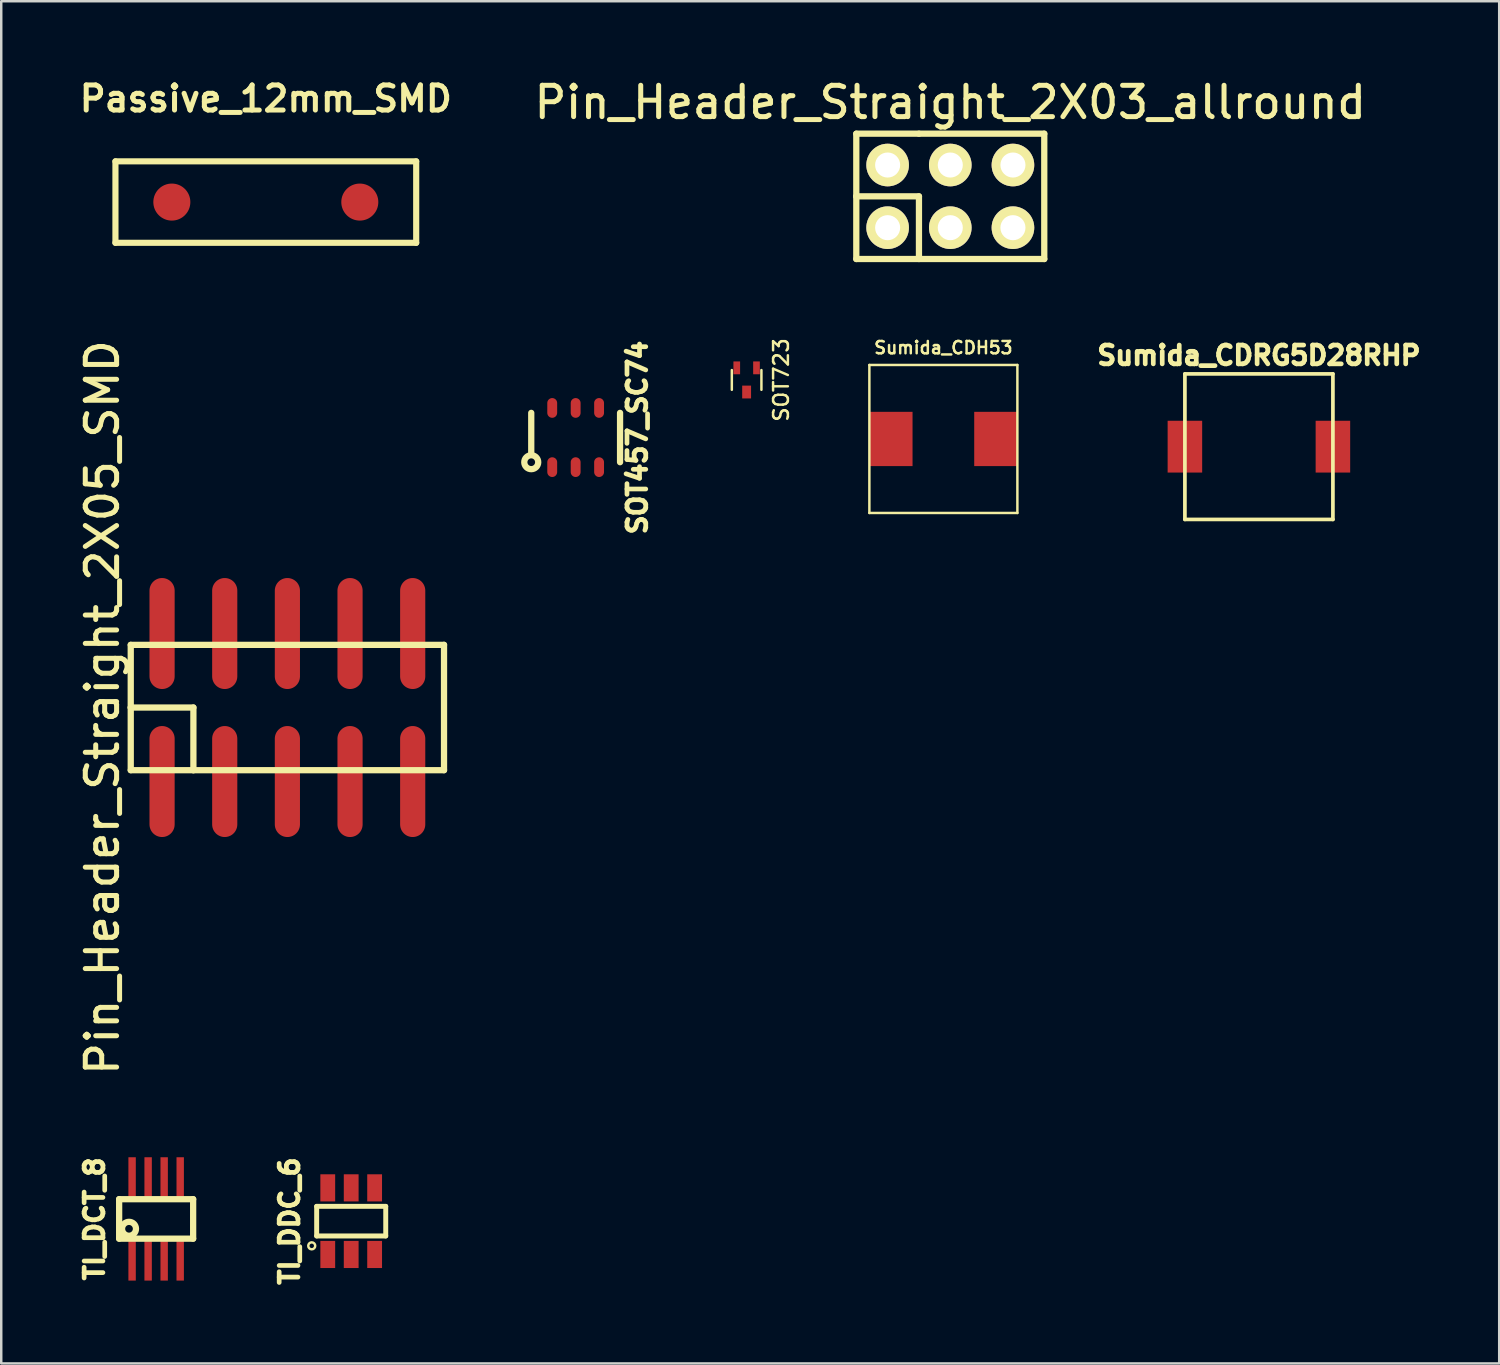
<source format=kicad_pcb>
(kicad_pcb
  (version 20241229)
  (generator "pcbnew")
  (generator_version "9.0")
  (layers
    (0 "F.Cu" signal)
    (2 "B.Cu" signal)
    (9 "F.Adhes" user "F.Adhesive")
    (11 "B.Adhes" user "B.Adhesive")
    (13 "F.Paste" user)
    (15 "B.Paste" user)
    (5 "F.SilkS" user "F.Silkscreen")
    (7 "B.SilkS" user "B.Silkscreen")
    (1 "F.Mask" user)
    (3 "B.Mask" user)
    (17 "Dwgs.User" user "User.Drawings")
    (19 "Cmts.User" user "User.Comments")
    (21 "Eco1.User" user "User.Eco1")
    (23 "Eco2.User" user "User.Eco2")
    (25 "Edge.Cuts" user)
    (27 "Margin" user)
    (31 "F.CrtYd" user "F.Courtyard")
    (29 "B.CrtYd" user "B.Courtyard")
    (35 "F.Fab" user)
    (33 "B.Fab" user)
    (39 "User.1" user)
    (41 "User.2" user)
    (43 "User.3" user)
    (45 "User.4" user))
  (footprint "SOT723"
    (layer "F.Cu")
    (at 27.217 12.352)
    (property "Reference" "SOT723" (at 1.4 0 90) (layer "F.SilkS") (effects (font (size 0.6 0.6) (thickness 0.1))))
    (attr smd)
    (fp_line (start -0.6 -0.4) (end -0.6 0.4) (stroke (width 0.1) (type solid)) (layer "F.SilkS"))
    (fp_line (start 0.6 -0.4) (end 0.6 0.4) (stroke (width 0.1) (type solid)) (layer "F.SilkS"))
    (pad "1" smd rect (at 0.4 -0.49) (size 0.27 0.52) (layers "F.Cu" "F.Mask" "F.Paste"))
    (pad "2" smd rect (at -0.4 -0.49) (size 0.27 0.52) (layers "F.Cu" "F.Mask" "F.Paste"))
    (pad "3" smd rect (at 0 0.49) (size 0.36 0.52) (layers "F.Cu" "F.Mask" "F.Paste")))
  (footprint "Pin_Header_Straight_2X05_SMD"
    (layer "F.Cu")
    (at 8.6 25.632)
    (property "Reference" "Pin_Header_Straight_2X05_SMD" (at -7.5 0 90) (layer "F.SilkS") (effects (font (size 1.27 1.27) (thickness 0.203))))
    (attr smd)
    (fp_line (start -6.35 -2.54) (end -6.35 0) (stroke (width 0.254) (type solid)) (layer "F.SilkS"))
    (fp_line (start -6.35 -2.54) (end 6.35 -2.54) (stroke (width 0.254) (type solid)) (layer "F.SilkS"))
    (fp_line (start -6.35 0) (end -3.81 0) (stroke (width 0.254) (type solid)) (layer "F.SilkS"))
    (fp_line (start -6.35 2.54) (end -6.35 0) (stroke (width 0.254) (type solid)) (layer "F.SilkS"))
    (fp_line (start -6.35 2.54) (end -3.81 2.54) (stroke (width 0.254) (type solid)) (layer "F.SilkS"))
    (fp_line (start -3.81 0) (end -3.81 2.54) (stroke (width 0.254) (type solid)) (layer "F.SilkS"))
    (fp_line (start 6.35 -2.54) (end 6.35 2.54) (stroke (width 0.254) (type solid)) (layer "F.SilkS"))
    (fp_line (start 6.35 2.54) (end -3.81 2.54) (stroke (width 0.254) (type solid)) (layer "F.SilkS"))
    (pad "1" smd oval (at -5.08 3) (size 1.02 4.5) (layers "F.Cu" "F.Mask" "F.Paste"))
    (pad "2" smd oval (at -5.08 -3) (size 1.02 4.5) (layers "F.Cu" "F.Mask" "F.Paste"))
    (pad "3" smd oval (at -2.54 3) (size 1.02 4.5) (layers "F.Cu" "F.Mask" "F.Paste"))
    (pad "4" smd oval (at -2.54 -3) (size 1.02 4.5) (layers "F.Cu" "F.Mask" "F.Paste"))
    (pad "5" smd oval (at 0 3) (size 1.02 4.5) (layers "F.Cu" "F.Mask" "F.Paste"))
    (pad "6" smd oval (at 0 -3) (size 1.02 4.5) (layers "F.Cu" "F.Mask" "F.Paste"))
    (pad "7" smd oval (at 2.54 3) (size 1.02 4.5) (layers "F.Cu" "F.Mask" "F.Paste"))
    (pad "8" smd oval (at 2.54 -3) (size 1.02 4.5) (layers "F.Cu" "F.Mask" "F.Paste"))
    (pad "9" smd oval (at 5.08 3) (size 1.02 4.5) (layers "F.Cu" "F.Mask" "F.Paste"))
    (pad "10" smd oval (at 5.08 -3) (size 1.02 4.5) (layers "F.Cu" "F.Mask" "F.Paste")))
  (footprint "Passive_12mm_SMD"
    (layer "F.Cu")
    (at 7.726 5.142)
    (property "Reference" "Passive_12mm_SMD" (at 0 -4.191 0) (layer "F.SilkS") (effects (font (size 1.016 1.016) (thickness 0.203))))
    (attr smd)
    (fp_line (start -6.096 -1.651) (end -6.096 1.651) (stroke (width 0.249) (type solid)) (layer "F.SilkS"))
    (fp_line (start -6.096 1.651) (end 6.096 1.651) (stroke (width 0.249) (type solid)) (layer "F.SilkS"))
    (fp_line (start 6.096 -1.651) (end -6.096 -1.651) (stroke (width 0.249) (type solid)) (layer "F.SilkS"))
    (fp_line (start 6.096 1.651) (end 6.096 -1.651) (stroke (width 0.249) (type solid)) (layer "F.SilkS"))
    (pad "1" smd circle (at -3.81 0) (size 1.501 1.501) (layers "F.Cu" "F.Mask" "F.Paste"))
    (pad "2" smd circle (at 3.81 0) (size 1.501 1.501) (layers "F.Cu" "F.Mask" "F.Paste")))
  (footprint "TI_DCT_8"
    (layer "F.Cu")
    (at 3.28 46.363)
    (property "Reference" "TI_DCT_8" (at -2.5 0 90) (layer "F.SilkS") (effects (font (size 0.762 0.762) (thickness 0.191))))
    (attr smd)
    (fp_line (start -1.5 -0.8) (end 1.5 -0.8) (stroke (width 0.254) (type solid)) (layer "F.SilkS"))
    (fp_line (start -1.5 0.8) (end -1.5 -0.8) (stroke (width 0.254) (type solid)) (layer "F.SilkS"))
    (fp_line (start 1.5 -0.8) (end 1.5 0.8) (stroke (width 0.254) (type solid)) (layer "F.SilkS"))
    (fp_line (start 1.5 0.8) (end -1.5 0.8) (stroke (width 0.254) (type solid)) (layer "F.SilkS"))
    (fp_circle (center -1.1 0.4) (end -1.3 0.6) (stroke (width 0.254) (type solid)) (fill no) (layer "F.SilkS"))
    (pad "1" smd rect (at -0.975 1.7) (size 0.3 1.6) (layers "F.Cu" "F.Mask" "F.Paste"))
    (pad "2" smd rect (at -0.325 1.7) (size 0.3 1.6) (layers "F.Cu" "F.Mask" "F.Paste"))
    (pad "3" smd rect (at 0.325 1.7) (size 0.3 1.6) (layers "F.Cu" "F.Mask" "F.Paste"))
    (pad "4" smd rect (at 0.975 1.7) (size 0.3 1.6) (layers "F.Cu" "F.Mask" "F.Paste"))
    (pad "5" smd rect (at 0.975 -1.7) (size 0.3 1.6) (layers "F.Cu" "F.Mask" "F.Paste"))
    (pad "6" smd rect (at 0.325 -1.7) (size 0.3 1.6) (layers "F.Cu" "F.Mask" "F.Paste"))
    (pad "7" smd rect (at -0.325 -1.7) (size 0.3 1.6) (layers "F.Cu" "F.Mask" "F.Paste"))
    (pad "8" smd rect (at -0.975 -1.7) (size 0.3 1.6) (layers "F.Cu" "F.Mask" "F.Paste")))
  (footprint "Pin_Header_Straight_2X03_allround"
    (layer "F.Cu")
    (at 35.473 4.91)
    (property "Reference" "Pin_Header_Straight_2X03_allround" (at 0 -3.81 0) (layer "F.SilkS") (effects (font (size 1.27 1.27) (thickness 0.203))))
    (attr through_hole)
    (fp_line (start -3.81 -2.54) (end -3.81 0) (stroke (width 0.254) (type solid)) (layer "F.SilkS"))
    (fp_line (start -3.81 0) (end -1.27 0) (stroke (width 0.254) (type solid)) (layer "F.SilkS"))
    (fp_line (start -3.81 2.54) (end -3.81 0) (stroke (width 0.254) (type solid)) (layer "F.SilkS"))
    (fp_line (start -3.81 2.54) (end 3.81 2.54) (stroke (width 0.254) (type solid)) (layer "F.SilkS"))
    (fp_line (start -1.27 -2.54) (end -3.81 -2.54) (stroke (width 0.254) (type solid)) (layer "F.SilkS"))
    (fp_line (start -1.27 0) (end -1.27 2.54) (stroke (width 0.254) (type solid)) (layer "F.SilkS"))
    (fp_line (start 3.81 -2.54) (end -1.27 -2.54) (stroke (width 0.254) (type solid)) (layer "F.SilkS"))
    (fp_line (start 3.81 2.54) (end 3.81 -2.54) (stroke (width 0.254) (type solid)) (layer "F.SilkS"))
    (pad "1" thru_hole oval (at -2.54 1.27) (size 1.727 1.727) (drill 1.016) (layers "*.Cu" "*.Mask" "F.SilkS"))
    (pad "2" thru_hole oval (at -2.54 -1.27) (size 1.727 1.727) (drill 1.016) (layers "*.Cu" "*.Mask" "F.SilkS"))
    (pad "3" thru_hole oval (at 0 1.27) (size 1.727 1.727) (drill 1.016) (layers "*.Cu" "*.Mask" "F.SilkS"))
    (pad "4" thru_hole oval (at 0 -1.27) (size 1.727 1.727) (drill 1.016) (layers "*.Cu" "*.Mask" "F.SilkS"))
    (pad "5" thru_hole oval (at 2.54 1.27) (size 1.727 1.727) (drill 1.016) (layers "*.Cu" "*.Mask" "F.SilkS"))
    (pad "6" thru_hole oval (at 2.54 -1.27) (size 1.727 1.727) (drill 1.016) (layers "*.Cu" "*.Mask" "F.SilkS")))
  (footprint "Sumida_CDH53"
    (layer "F.Cu")
    (at 35.193 14.745)
    (property "Reference" "Sumida_CDH53" (at 0 -3.7 0) (layer "F.SilkS") (effects (font (size 0.5 0.5) (thickness 0.1))))
    (attr smd)
    (fp_line (start -3 -3) (end 3 -3) (stroke (width 0.1) (type solid)) (layer "F.SilkS"))
    (fp_line (start -3 3) (end -3 -3) (stroke (width 0.1) (type solid)) (layer "F.SilkS"))
    (fp_line (start 3 -3) (end 3 3) (stroke (width 0.1) (type solid)) (layer "F.SilkS"))
    (fp_line (start 3 3) (end -3 3) (stroke (width 0.1) (type solid)) (layer "F.SilkS"))
    (pad "1" smd rect (at -2.125 0) (size 1.75 2.2) (layers "F.Cu" "F.Mask" "F.Paste"))
    (pad "2" smd rect (at 2.125 0) (size 1.75 2.2) (layers "F.Cu" "F.Mask" "F.Paste")))
  (footprint "SOT457_SC74"
    (layer "F.Cu")
    (at 20.286 14.687)
    (property "Reference" "SOT457_SC74" (at 2.5 0 90) (layer "F.SilkS") (effects (font (size 0.762 0.762) (thickness 0.191))))
    (attr smd)
    (fp_line (start -1.8 0.7) (end -1.8 -1) (stroke (width 0.254) (type solid)) (layer "F.SilkS"))
    (fp_line (start 1.8 -1) (end 1.8 1) (stroke (width 0.254) (type solid)) (layer "F.SilkS"))
    (fp_circle (center -1.8 1) (end -2 1.2) (stroke (width 0.254) (type solid)) (fill no) (layer "F.SilkS"))
    (pad "1" smd oval (at -0.95 1.2) (size 0.4 0.8) (layers "F.Cu" "F.Mask" "F.Paste"))
    (pad "2" smd oval (at 0 1.2) (size 0.4 0.8) (layers "F.Cu" "F.Mask" "F.Paste"))
    (pad "3" smd oval (at 0.95 1.2) (size 0.4 0.8) (layers "F.Cu" "F.Mask" "F.Paste"))
    (pad "4" smd oval (at 0.95 -1.2) (size 0.4 0.8) (layers "F.Cu" "F.Mask" "F.Paste"))
    (pad "5" smd oval (at 0 -1.2) (size 0.4 0.8) (layers "F.Cu" "F.Mask" "F.Paste"))
    (pad "6" smd oval (at -0.95 -1.2) (size 0.4 0.8) (layers "F.Cu" "F.Mask" "F.Paste")))
  (footprint "Sumida_CDRG5D28RHP"
    (layer "F.Cu")
    (at 47.984 15.057)
    (property "Reference" "Sumida_CDRG5D28RHP" (at 0 -3.7 0) (layer "F.SilkS") (effects (font (size 0.762 0.762) (thickness 0.191))))
    (attr smd)
    (fp_line (start -3 -2.95) (end 3 -2.95) (stroke (width 0.15) (type solid)) (layer "F.SilkS"))
    (fp_line (start -3 2.95) (end -3 -2.95) (stroke (width 0.15) (type solid)) (layer "F.SilkS"))
    (fp_line (start 3 -2.95) (end 3 2.95) (stroke (width 0.15) (type solid)) (layer "F.SilkS"))
    (fp_line (start 3 2.95) (end -3 2.95) (stroke (width 0.15) (type solid)) (layer "F.SilkS"))
    (pad "1" smd rect (at -3 0) (size 1.4 2.1) (layers "F.Cu" "F.Mask" "F.Paste"))
    (pad "2" smd rect (at 3 0) (size 1.4 2.1) (layers "F.Cu" "F.Mask" "F.Paste")))
  (footprint "TI_DDC_6"
    (layer "F.Cu")
    (at 11.187 46.454)
    (property "Reference" "TI_DDC_6" (at -2.5 0 90) (layer "F.SilkS") (effects (font (size 0.762 0.762) (thickness 0.191))))
    (attr smd)
    (fp_line (start -1.4 -0.6) (end 1.4 -0.6) (stroke (width 0.2) (type solid)) (layer "F.SilkS"))
    (fp_line (start -1.4 0.6) (end -1.4 -0.6) (stroke (width 0.2) (type solid)) (layer "F.SilkS"))
    (fp_line (start 1.4 -0.6) (end 1.4 0.6) (stroke (width 0.2) (type solid)) (layer "F.SilkS"))
    (fp_line (start 1.4 0.6) (end -1.4 0.6) (stroke (width 0.2) (type solid)) (layer "F.SilkS"))
    (fp_circle (center -1.6 1) (end -1.5 0.9) (stroke (width 0.1) (type solid)) (fill no) (layer "F.SilkS"))
    (pad "1" smd rect (at -0.95 1.35) (size 0.6 1.1) (layers "F.Cu" "F.Mask" "F.Paste"))
    (pad "2" smd rect (at 0 1.35) (size 0.6 1.1) (layers "F.Cu" "F.Mask" "F.Paste"))
    (pad "3" smd rect (at 0.95 1.35) (size 0.6 1.1) (layers "F.Cu" "F.Mask" "F.Paste"))
    (pad "4" smd rect (at 0.95 -1.35) (size 0.6 1.1) (layers "F.Cu" "F.Mask" "F.Paste"))
    (pad "5" smd rect (at 0 -1.35) (size 0.6 1.1) (layers "F.Cu" "F.Mask" "F.Paste"))
    (pad "6" smd rect (at -0.95 -1.35) (size 0.6 1.1) (layers "F.Cu" "F.Mask" "F.Paste")))
  (gr_rect
    (start -3 -3)
    (end 57.725 52.222)
    (stroke (width 0.1) (type default))
    (fill no)
    (layer "Edge.Cuts")))
</source>
